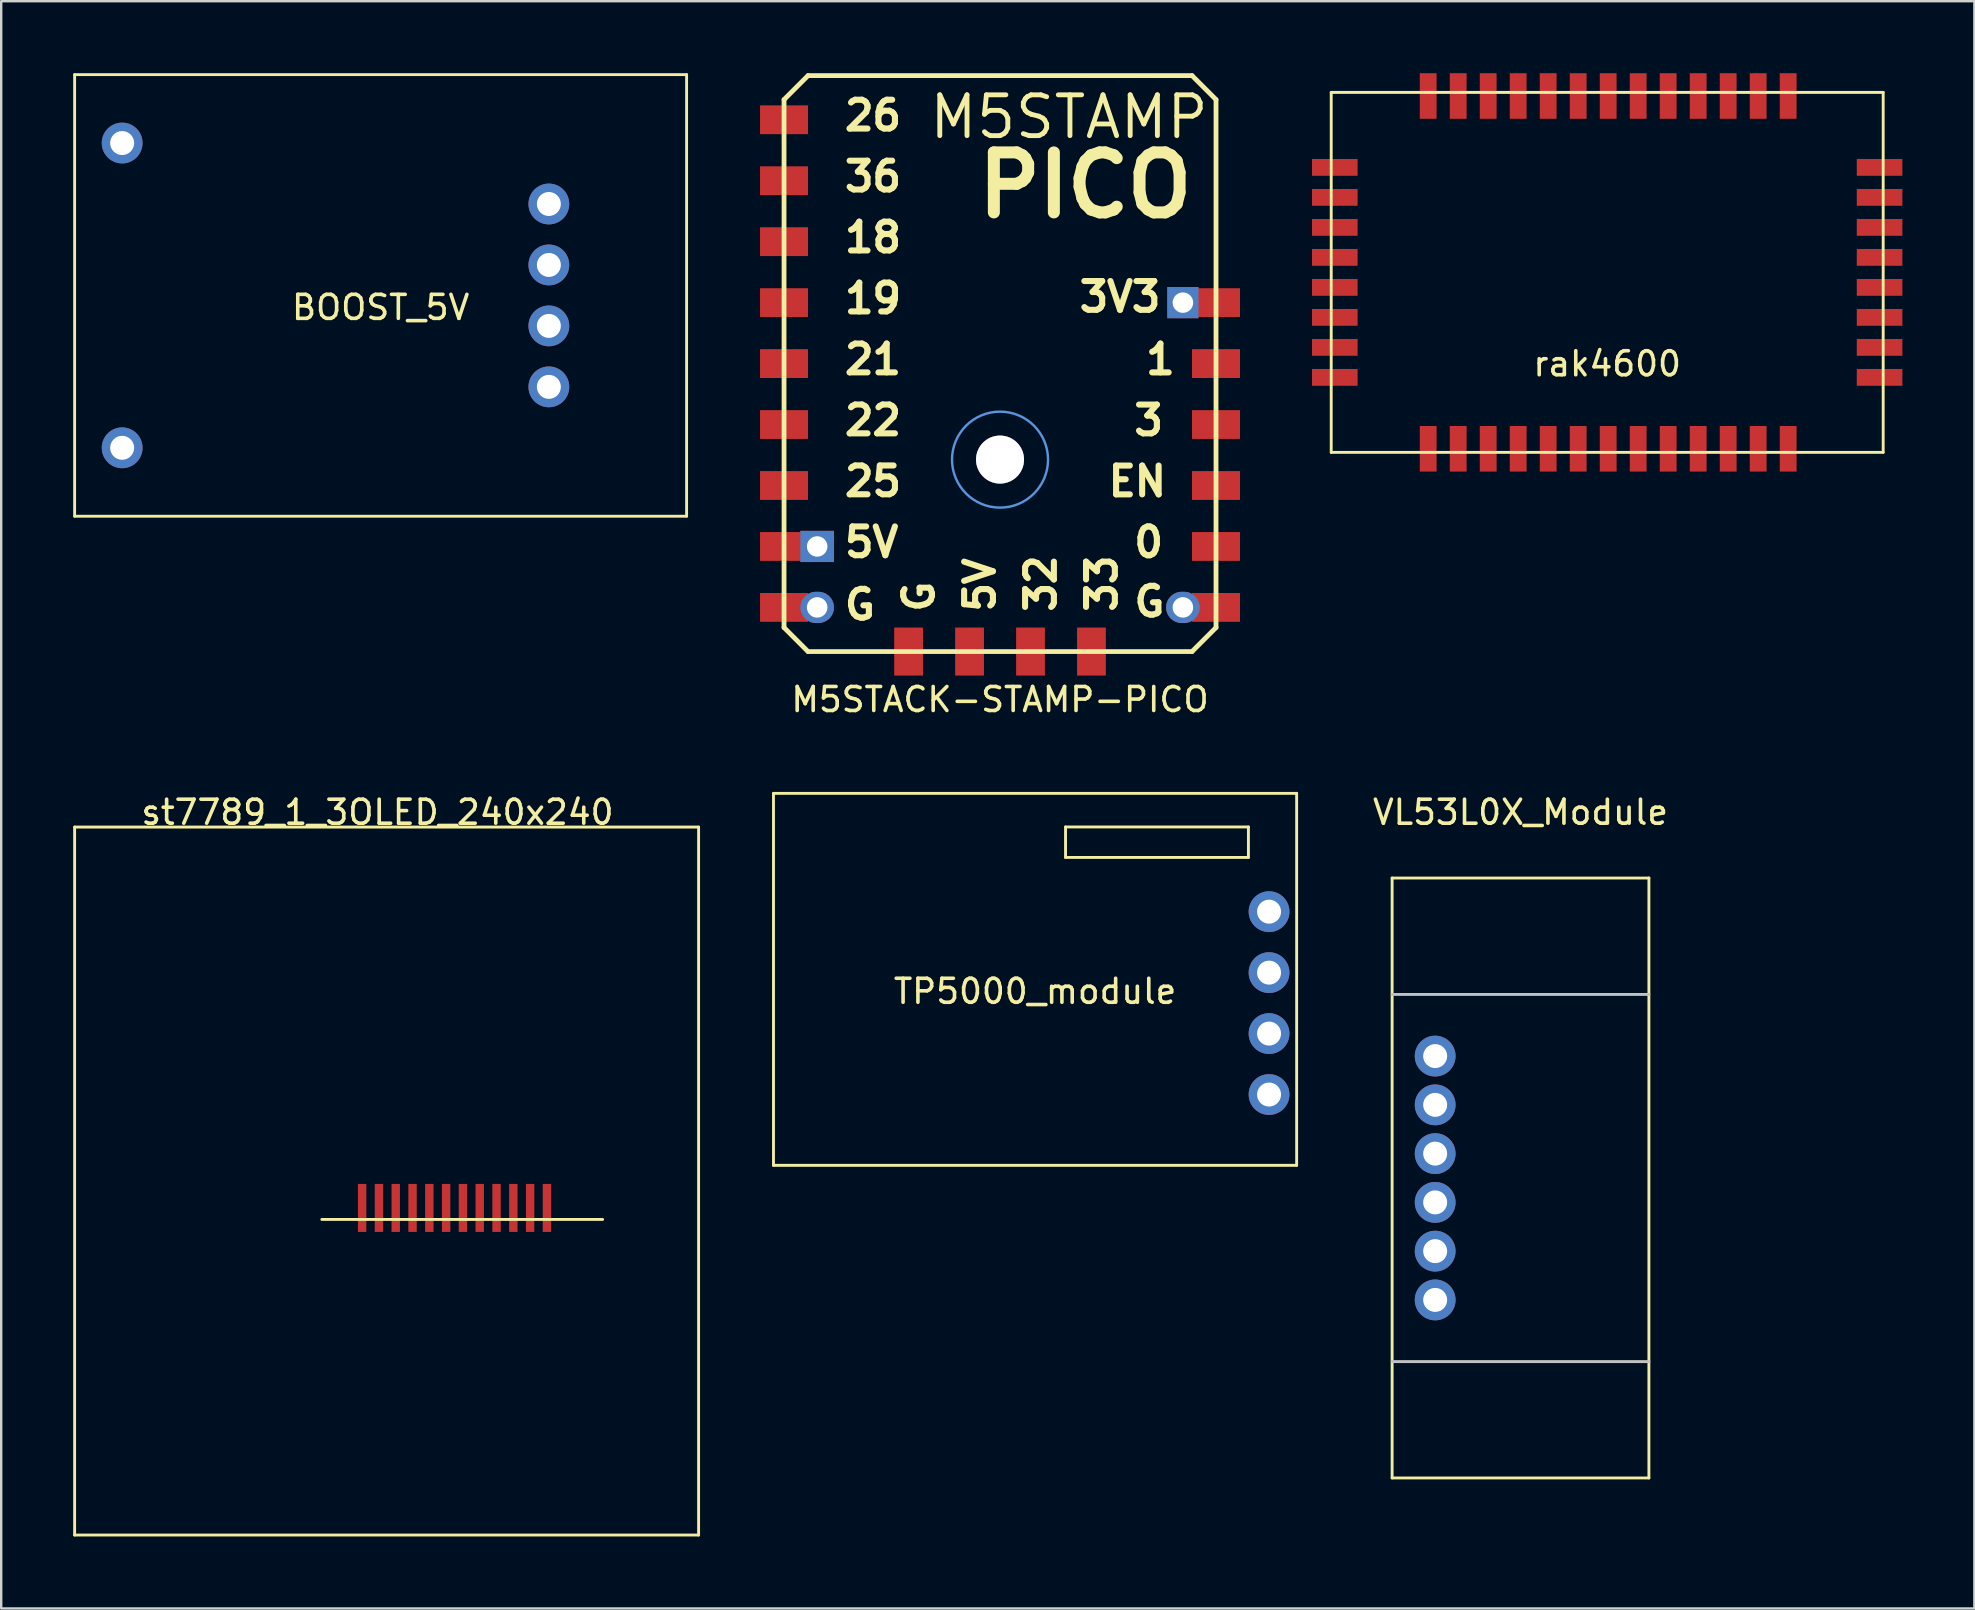
<source format=kicad_pcb>
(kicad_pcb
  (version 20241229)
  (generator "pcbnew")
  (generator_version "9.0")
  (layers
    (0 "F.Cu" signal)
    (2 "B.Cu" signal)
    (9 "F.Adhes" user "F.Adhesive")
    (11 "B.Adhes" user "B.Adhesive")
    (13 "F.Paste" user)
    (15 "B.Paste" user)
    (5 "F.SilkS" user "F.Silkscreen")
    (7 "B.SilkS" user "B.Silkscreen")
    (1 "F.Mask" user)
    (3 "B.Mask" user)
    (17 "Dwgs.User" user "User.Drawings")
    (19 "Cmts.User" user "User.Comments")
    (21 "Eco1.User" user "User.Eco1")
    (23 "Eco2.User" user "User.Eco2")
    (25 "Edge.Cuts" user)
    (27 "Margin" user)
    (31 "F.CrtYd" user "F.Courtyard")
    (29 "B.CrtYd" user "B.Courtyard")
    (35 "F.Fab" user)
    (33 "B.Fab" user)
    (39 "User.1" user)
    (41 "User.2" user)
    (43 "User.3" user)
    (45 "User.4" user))
  (footprint "rak4600"
    (layer "F.Cu")
    (at 63.92 8.3)
    (property "Reference" "rak4600" (at 0 3.81 0) (layer "F.SilkS") (effects (font (size 1 1) (thickness 0.15))))
    (attr through_hole)
    (fp_line (start -11.5 -7.5) (end -11.5 7.5) (stroke (width 0.12) (type solid)) (layer "F.SilkS"))
    (fp_line (start -11.5 -7.5) (end 11.5 -7.5) (stroke (width 0.12) (type solid)) (layer "F.SilkS"))
    (fp_line (start -11.5 7.5) (end 11.5 7.5) (stroke (width 0.12) (type solid)) (layer "F.SilkS"))
    (fp_line (start 11.5 -7.5) (end 11.5 7.5) (stroke (width 0.12) (type solid)) (layer "F.SilkS"))
    (pad "1" smd rect (at -7.459 7.35) (size 0.7 1.9) (layers "F.Cu" "F.Mask" "F.Paste"))
    (pad "2" smd rect (at -6.209 7.35) (size 0.7 1.9) (layers "F.Cu" "F.Mask" "F.Paste"))
    (pad "3" smd rect (at -4.959 7.35) (size 0.7 1.9) (layers "F.Cu" "F.Mask" "F.Paste"))
    (pad "4" smd rect (at -3.709 7.35) (size 0.7 1.9) (layers "F.Cu" "F.Mask" "F.Paste"))
    (pad "5" smd rect (at -2.459 7.35) (size 0.7 1.9) (layers "F.Cu" "F.Mask" "F.Paste"))
    (pad "6" smd rect (at -1.209 7.35) (size 0.7 1.9) (layers "F.Cu" "F.Mask" "F.Paste"))
    (pad "7" smd rect (at 0.041 7.35) (size 0.7 1.9) (layers "F.Cu" "F.Mask" "F.Paste"))
    (pad "8" smd rect (at 1.291 7.35) (size 0.7 1.9) (layers "F.Cu" "F.Mask" "F.Paste"))
    (pad "9" smd rect (at 2.541 7.35) (size 0.7 1.9) (layers "F.Cu" "F.Mask" "F.Paste"))
    (pad "10" smd rect (at 3.791 7.35) (size 0.7 1.9) (layers "F.Cu" "F.Mask" "F.Paste"))
    (pad "11" smd rect (at 5.041 7.35) (size 0.7 1.9) (layers "F.Cu" "F.Mask" "F.Paste"))
    (pad "12" smd rect (at 6.291 7.35) (size 0.7 1.9) (layers "F.Cu" "F.Mask" "F.Paste"))
    (pad "13" smd rect (at 7.541 7.35) (size 0.7 1.9) (layers "F.Cu" "F.Mask" "F.Paste"))
    (pad "14" smd rect (at 11.35 4.375) (size 1.9 0.7) (layers "F.Cu" "F.Mask" "F.Paste"))
    (pad "15" smd rect (at 11.35 3.125) (size 1.9 0.7) (layers "F.Cu" "F.Mask" "F.Paste"))
    (pad "16" smd rect (at 11.35 1.875) (size 1.9 0.7) (layers "F.Cu" "F.Mask" "F.Paste"))
    (pad "17" smd rect (at 11.35 0.625) (size 1.9 0.7) (layers "F.Cu" "F.Mask" "F.Paste"))
    (pad "18" smd rect (at 11.35 -0.625) (size 1.9 0.7) (layers "F.Cu" "F.Mask" "F.Paste"))
    (pad "19" smd rect (at 11.35 -1.875) (size 1.9 0.7) (layers "F.Cu" "F.Mask" "F.Paste"))
    (pad "20" smd rect (at 11.35 -3.125) (size 1.9 0.7) (layers "F.Cu" "F.Mask" "F.Paste"))
    (pad "21" smd rect (at 11.35 -4.375) (size 1.9 0.7) (layers "F.Cu" "F.Mask" "F.Paste"))
    (pad "22" smd rect (at 7.541 -7.35) (size 0.7 1.9) (layers "F.Cu" "F.Mask" "F.Paste"))
    (pad "23" smd rect (at 6.291 -7.35) (size 0.7 1.9) (layers "F.Cu" "F.Mask" "F.Paste"))
    (pad "24" smd rect (at 5.041 -7.35) (size 0.7 1.9) (layers "F.Cu" "F.Mask" "F.Paste"))
    (pad "25" smd rect (at 3.791 -7.35) (size 0.7 1.9) (layers "F.Cu" "F.Mask" "F.Paste"))
    (pad "26" smd rect (at 2.541 -7.35) (size 0.7 1.9) (layers "F.Cu" "F.Mask" "F.Paste"))
    (pad "27" smd rect (at 1.291 -7.35) (size 0.7 1.9) (layers "F.Cu" "F.Mask" "F.Paste"))
    (pad "28" smd rect (at 0.041 -7.35) (size 0.7 1.9) (layers "F.Cu" "F.Mask" "F.Paste"))
    (pad "29" smd rect (at -1.209 -7.35) (size 0.7 1.9) (layers "F.Cu" "F.Mask" "F.Paste"))
    (pad "30" smd rect (at -2.459 -7.35) (size 0.7 1.9) (layers "F.Cu" "F.Mask" "F.Paste"))
    (pad "31" smd rect (at -3.709 -7.35) (size 0.7 1.9) (layers "F.Cu" "F.Mask" "F.Paste"))
    (pad "32" smd rect (at -4.959 -7.35) (size 0.7 1.9) (layers "F.Cu" "F.Mask" "F.Paste"))
    (pad "33" smd rect (at -6.209 -7.35) (size 0.7 1.9) (layers "F.Cu" "F.Mask" "F.Paste"))
    (pad "34" smd rect (at -7.459 -7.35) (size 0.7 1.9) (layers "F.Cu" "F.Mask" "F.Paste"))
    (pad "35" smd rect (at -11.35 -4.375) (size 1.9 0.7) (layers "F.Cu" "F.Mask" "F.Paste"))
    (pad "36" smd rect (at -11.35 -3.125) (size 1.9 0.7) (layers "F.Cu" "F.Mask" "F.Paste"))
    (pad "37" smd rect (at -11.35 -1.875) (size 1.9 0.7) (layers "F.Cu" "F.Mask" "F.Paste"))
    (pad "38" smd rect (at -11.35 -0.625) (size 1.9 0.7) (layers "F.Cu" "F.Mask" "F.Paste"))
    (pad "39" smd rect (at -11.35 0.625) (size 1.9 0.7) (layers "F.Cu" "F.Mask" "F.Paste"))
    (pad "40" smd rect (at -11.35 1.875) (size 1.9 0.7) (layers "F.Cu" "F.Mask" "F.Paste"))
    (pad "41" smd rect (at -11.35 3.125) (size 1.9 0.7) (layers "F.Cu" "F.Mask" "F.Paste"))
    (pad "42" smd rect (at -11.35 4.375) (size 1.9 0.7) (layers "F.Cu" "F.Mask" "F.Paste")))
  (footprint "st7789_1_3OLED_240x240"
    (layer "F.Cu")
    (at 13.06 46.163)
    (property "Reference" "st7789_1_3OLED_240x240" (at -0.381 -15.367 0) (layer "F.SilkS") (effects (font (size 1 1) (thickness 0.15))))
    (attr through_hole)
    (fp_line (start -13 -14.75) (end -13 14.75) (stroke (width 0.12) (type solid)) (layer "F.SilkS"))
    (fp_line (start -13 -14.75) (end 13 -14.75) (stroke (width 0.12) (type solid)) (layer "F.SilkS"))
    (fp_line (start -13 14.75) (end 13 14.75) (stroke (width 0.12) (type solid)) (layer "F.SilkS"))
    (fp_line (start -2.7 1.6) (end 9 1.6) (stroke (width 0.12) (type solid)) (layer "F.SilkS"))
    (fp_line (start 13 -14.75) (end 13 14.75) (stroke (width 0.12) (type solid)) (layer "F.SilkS"))
    (pad "1" smd rect (at 6.68 1.12) (size 0.35 2) (layers "F.Cu" "F.Mask" "F.Paste"))
    (pad "2" smd rect (at 5.98 1.12) (size 0.35 2) (layers "F.Cu" "F.Mask" "F.Paste"))
    (pad "3" smd rect (at 5.28 1.12) (size 0.35 2) (layers "F.Cu" "F.Mask" "F.Paste"))
    (pad "4" smd rect (at 4.58 1.12) (size 0.35 2) (layers "F.Cu" "F.Mask" "F.Paste"))
    (pad "5" smd rect (at 3.88 1.12) (size 0.35 2) (layers "F.Cu" "F.Mask" "F.Paste"))
    (pad "6" smd rect (at 3.18 1.12) (size 0.35 2) (layers "F.Cu" "F.Mask" "F.Paste"))
    (pad "7" smd rect (at 2.48 1.12) (size 0.35 2) (layers "F.Cu" "F.Mask" "F.Paste"))
    (pad "8" smd rect (at 1.78 1.12) (size 0.35 2) (layers "F.Cu" "F.Mask" "F.Paste"))
    (pad "9" smd rect (at 1.08 1.12) (size 0.35 2) (layers "F.Cu" "F.Mask" "F.Paste"))
    (pad "10" smd rect (at 0.38 1.12) (size 0.35 2) (layers "F.Cu" "F.Mask" "F.Paste"))
    (pad "11" smd rect (at -0.32 1.12) (size 0.35 2) (layers "F.Cu" "F.Mask" "F.Paste"))
    (pad "12" smd rect (at -1.02 1.12) (size 0.35 2) (layers "F.Cu" "F.Mask" "F.Paste")))
  (footprint "VL53L0X_Module"
    (layer "F.Cu")
    (at 60.308 46.036)
    (property "Reference" "VL53L0X_Module" (at 0 -15.24 0) (unlocked yes) (layer "F.SilkS") (effects (font (size 1 1) (thickness 0.15))))
    (attr smd)
    (fp_line (start -5.35 -12.5) (end 5.35 -12.5) (stroke (width 0.12) (type solid)) (layer "F.SilkS"))
    (fp_line (start -5.35 12.5) (end -5.35 -12.5) (stroke (width 0.12) (type solid)) (layer "F.SilkS"))
    (fp_line (start 5.35 -12.5) (end 5.35 12.5) (stroke (width 0.12) (type solid)) (layer "F.SilkS"))
    (fp_line (start 5.35 12.5) (end -5.35 12.5) (stroke (width 0.12) (type solid)) (layer "F.SilkS"))
    (fp_line (start -5.35 -7.65) (end 5.35 -7.65) (stroke (width 0.12) (type solid)) (layer "Dwgs.User"))
    (fp_line (start -5.35 7.65) (end 5.35 7.65) (stroke (width 0.12) (type solid)) (layer "Dwgs.User"))
    (pad "1" thru_hole circle (at -3.556 -5.08) (size 1.7 1.7) (drill 1) (layers "*.Cu" "*.Mask"))
    (pad "2" thru_hole circle (at -3.556 -3.048) (size 1.7 1.7) (drill 1) (layers "*.Cu" "*.Mask"))
    (pad "3" thru_hole circle (at -3.556 -1.016) (size 1.7 1.7) (drill 1) (layers "*.Cu" "*.Mask"))
    (pad "4" thru_hole circle (at -3.556 1.016) (size 1.7 1.7) (drill 1) (layers "*.Cu" "*.Mask"))
    (pad "5" thru_hole circle (at -3.556 3.048) (size 1.7 1.7) (drill 1) (layers "*.Cu" "*.Mask"))
    (pad "6" thru_hole circle (at -3.556 5.08) (size 1.7 1.7) (drill 1) (layers "*.Cu" "*.Mask")))
  (footprint "TP5000_module"
    (layer "F.Cu")
    (at 40.08 37.758)
    (property "Reference" "TP5000_module" (at 0 0.5 0) (layer "F.SilkS") (effects (font (size 1 1) (thickness 0.15))))
    (attr through_hole)
    (fp_line (start -10.9 -7.75) (end -10.9 7.75) (stroke (width 0.12) (type solid)) (layer "F.SilkS"))
    (fp_line (start -10.9 -7.75) (end 10.9 -7.75) (stroke (width 0.12) (type solid)) (layer "F.SilkS"))
    (fp_line (start -10.9 7.75) (end 10.9 7.75) (stroke (width 0.12) (type solid)) (layer "F.SilkS"))
    (fp_line (start 1.27 -6.35) (end 8.89 -6.35) (stroke (width 0.12) (type solid)) (layer "F.SilkS"))
    (fp_line (start 1.27 -5.08) (end 1.27 -6.35) (stroke (width 0.12) (type solid)) (layer "F.SilkS"))
    (fp_line (start 8.89 -6.35) (end 8.89 -5.08) (stroke (width 0.12) (type solid)) (layer "F.SilkS"))
    (fp_line (start 8.89 -5.08) (end 1.27 -5.08) (stroke (width 0.12) (type solid)) (layer "F.SilkS"))
    (fp_line (start 10.9 -7.75) (end 10.9 7.75) (stroke (width 0.12) (type solid)) (layer "F.SilkS"))
    (pad "1" thru_hole circle (at 9.75 -2.82) (size 1.7 1.7) (drill 1) (layers "*.Cu" "*.Mask"))
    (pad "2" thru_hole circle (at 9.75 -0.28) (size 1.7 1.7) (drill 1) (layers "*.Cu" "*.Mask"))
    (pad "3" thru_hole circle (at 9.75 2.26) (size 1.7 1.7) (drill 1) (layers "*.Cu" "*.Mask"))
    (pad "4" thru_hole circle (at 9.75 4.8) (size 1.7 1.7) (drill 1) (layers "*.Cu" "*.Mask")))
  (footprint "BOOST_5V"
    (layer "F.Cu")
    (at 12.81 9.26)
    (property "Reference" "BOOST_5V" (at 0 0.5 0) (layer "F.SilkS") (effects (font (size 1 1) (thickness 0.15))))
    (attr through_hole)
    (fp_line (start -12.75 -9.2) (end -12.75 9.2) (stroke (width 0.12) (type solid)) (layer "F.SilkS"))
    (fp_line (start -12.75 -9.2) (end 12.75 -9.2) (stroke (width 0.12) (type solid)) (layer "F.SilkS"))
    (fp_line (start -12.75 9.2) (end 12.75 9.2) (stroke (width 0.12) (type solid)) (layer "F.SilkS"))
    (fp_line (start 12.75 -9.2) (end 12.75 9.2) (stroke (width 0.12) (type solid)) (layer "F.SilkS"))
    (pad "1" thru_hole circle (at -10.77 -6.35) (size 1.7 1.7) (drill 1) (layers "*.Cu" "*.Mask"))
    (pad "2" thru_hole circle (at -10.77 6.35) (size 1.7 1.7) (drill 1) (layers "*.Cu" "*.Mask"))
    (pad "3" thru_hole circle (at 7.01 3.81) (size 1.7 1.7) (drill 1) (layers "*.Cu" "*.Mask"))
    (pad "4" thru_hole circle (at 7.01 1.27) (size 1.7 1.7) (drill 1) (layers "*.Cu" "*.Mask"))
    (pad "5" thru_hole circle (at 7.01 -1.27) (size 1.7 1.7) (drill 1) (layers "*.Cu" "*.Mask"))
    (pad "6" thru_hole circle (at 7.01 -3.81) (size 1.7 1.7) (drill 1) (layers "*.Cu" "*.Mask")))
  (footprint "M5STACK-STAMP-PICO"
    (layer "F.Cu")
    (at 38.62 16.1)
    (property "Reference" "M5STACK-STAMP-PICO" (at 0 10 0) (layer "F.SilkS") (effects (font (size 1 1) (thickness 0.15))))
    (attr through_hole)
    (fp_line (start -9 -15) (end -8 -16) (stroke (width 0.2) (type solid)) (layer "F.SilkS"))
    (fp_line (start -9 7) (end -9 -15) (stroke (width 0.2) (type solid)) (layer "F.SilkS"))
    (fp_line (start -8 -16) (end 8 -16) (stroke (width 0.2) (type solid)) (layer "F.SilkS"))
    (fp_line (start -8 8) (end -9 7) (stroke (width 0.2) (type solid)) (layer "F.SilkS"))
    (fp_line (start 8 -16) (end 9 -15) (stroke (width 0.2) (type solid)) (layer "F.SilkS"))
    (fp_line (start 8 8) (end -8 8) (stroke (width 0.2) (type solid)) (layer "F.SilkS"))
    (fp_line (start 9 -15) (end 9 7) (stroke (width 0.2) (type solid)) (layer "F.SilkS"))
    (fp_line (start 9 7) (end 8 8) (stroke (width 0.2) (type solid)) (layer "F.SilkS"))
    (fp_arc (start 1.99992 0.004902) (mid -2.000082 0.002451) (end 1.99992 0) (stroke (width 0.1) (type solid)) (layer "Cmts.User"))
    (fp_text user "33" (at 4.242 6.477 90) (layer "F.SilkS") (effects (font (size 1.2 1.2) (thickness 0.254)) (justify left)))
    (fp_text user "G" (at -6.604 6.045 0) (layer "F.SilkS") (effects (font (size 1.2 1.2) (thickness 0.254)) (justify left)))
    (fp_text user "0" (at 5.454 3.445 0) (layer "F.SilkS") (effects (font (size 1.2 1.2) (thickness 0.254)) (justify left)))
    (fp_text user "G" (at -3.378 6.477 90) (layer "F.SilkS") (effects (font (size 1.2 1.2) (thickness 0.254)) (justify left)))
    (fp_text user "26" (at -6.604 -14.336 0) (layer "F.SilkS") (effects (font (size 1.2 1.2) (thickness 0.254)) (justify left)))
    (fp_text user "36" (at -6.604 -11.796 0) (layer "F.SilkS") (effects (font (size 1.2 1.2) (thickness 0.254)) (justify left)))
    (fp_text user "PICO" (at -1.181 -11.43 0) (layer "F.SilkS") (effects (font (size 2.5 2.5) (thickness 0.5)) (justify left)))
    (fp_text user "22" (at -6.604 -1.636 0) (layer "F.SilkS") (effects (font (size 1.2 1.2) (thickness 0.254)) (justify left)))
    (fp_text user "3V3" (at 3.175 -6.782 0) (layer "F.SilkS") (effects (font (size 1.2 1.2) (thickness 0.254)) (justify left)))
    (fp_text user "32" (at 1.702 6.477 90) (layer "F.SilkS") (effects (font (size 1.2 1.2) (thickness 0.254)) (justify left)))
    (fp_text user "5V" (at -6.604 3.444 0) (layer "F.SilkS") (effects (font (size 1.2 1.2) (thickness 0.254)) (justify left)))
    (fp_text user "EN" (at 4.384 0.907 0) (layer "F.SilkS") (effects (font (size 1.2 1.2) (thickness 0.254)) (justify left)))
    (fp_text user "1" (at 5.944 -4.175 0) (layer "F.SilkS") (effects (font (size 1.2 1.2) (thickness 0.254)) (justify left)))
    (fp_text user "18" (at -6.604 -9.256 0) (layer "F.SilkS") (effects (font (size 1.2 1.2) (thickness 0.254)) (justify left)))
    (fp_text user "25" (at -6.604 0.904 0) (layer "F.SilkS") (effects (font (size 1.2 1.2) (thickness 0.254)) (justify left)))
    (fp_text user "M5STAMP" (at -3.048 -14.275 0) (layer "F.SilkS") (effects (font (size 1.7 1.7) (thickness 0.203)) (justify left)))
    (fp_text user "21" (at -6.604 -4.176 0) (layer "F.SilkS") (effects (font (size 1.2 1.2) (thickness 0.254)) (justify left)))
    (fp_text user "19" (at -6.604 -6.716 0) (layer "F.SilkS") (effects (font (size 1.2 1.2) (thickness 0.254)) (justify left)))
    (fp_text user "3" (at 5.454 -1.634 0) (layer "F.SilkS") (effects (font (size 1.2 1.2) (thickness 0.254)) (justify left)))
    (fp_text user "G" (at 5.461 5.918 0) (layer "F.SilkS") (effects (font (size 1.2 1.2) (thickness 0.254)) (justify left)))
    (fp_text user "5V" (at -0.838 6.477 90) (layer "F.SilkS") (effects (font (size 1.2 1.2) (thickness 0.254)) (justify left)))
    (pad "0" thru_hole circle (at -0.000076 -0.000025 90) (size 2 2) (drill oval 2.005 2) (layers "*.Cu" "*.Mask"))
    (pad "1" smd rect (at -9 -14.16) (size 2 1.2) (layers "F.Cu" "F.Mask" "F.Paste"))
    (pad "2" smd rect (at -9 -11.62) (size 2 1.2) (layers "F.Cu" "F.Mask" "F.Paste"))
    (pad "3" smd rect (at -9 -9.08) (size 2 1.2) (layers "F.Cu" "F.Mask" "F.Paste"))
    (pad "4" smd rect (at -9 -6.54) (size 2 1.2) (layers "F.Cu" "F.Mask" "F.Paste"))
    (pad "5" smd rect (at -9 -4) (size 2 1.2) (layers "F.Cu" "F.Mask" "F.Paste"))
    (pad "6" smd rect (at -9 -1.46) (size 2 1.2) (layers "F.Cu" "F.Mask" "F.Paste"))
    (pad "7" smd rect (at -9 1.08) (size 2 1.2) (layers "F.Cu" "F.Mask" "F.Paste"))
    (pad "8" smd rect (at -9 3.62) (size 2 1.2) (layers "F.Cu" "F.Mask" "F.Paste"))
    (pad "8" thru_hole rect (at -7.62 3.62) (size 1.4 1.3) (drill oval 0.855 0.85) (layers "*.Cu" "*.Mask"))
    (pad "9" smd rect (at -9 6.16) (size 2 1.2) (layers "F.Cu" "F.Mask" "F.Paste"))
    (pad "9" thru_hole oval (at -7.62 6.16) (size 1.4 1.3) (drill oval 0.855 0.85) (layers "*.Cu" "*.Mask"))
    (pad "10" smd rect (at -3.81 8 90) (size 2 1.2) (layers "F.Cu" "F.Mask" "F.Paste"))
    (pad "11" smd rect (at -1.27 8 90) (size 2 1.2) (layers "F.Cu" "F.Mask" "F.Paste"))
    (pad "12" smd rect (at 1.27 8 90) (size 2 1.2) (layers "F.Cu" "F.Mask" "F.Paste"))
    (pad "13" smd rect (at 3.81 8 90) (size 2 1.2) (layers "F.Cu" "F.Mask" "F.Paste"))
    (pad "14" thru_hole oval (at 7.62 6.16 180) (size 1.4 1.3) (drill oval 0.855 0.85) (layers "*.Cu" "*.Mask"))
    (pad "14" smd rect (at 9 6.16 180) (size 2 1.2) (layers "F.Cu" "F.Mask" "F.Paste"))
    (pad "15" smd rect (at 9 3.62 180) (size 2 1.2) (layers "F.Cu" "F.Mask" "F.Paste"))
    (pad "16" smd rect (at 9 1.08 180) (size 2 1.2) (layers "F.Cu" "F.Mask" "F.Paste"))
    (pad "17" smd rect (at 9 -1.46 180) (size 2 1.2) (layers "F.Cu" "F.Mask" "F.Paste"))
    (pad "18" smd rect (at 9 -4 180) (size 2 1.2) (layers "F.Cu" "F.Mask" "F.Paste"))
    (pad "19" thru_hole rect (at 7.62 -6.54 180) (size 1.3 1.3) (drill oval 0.855 0.85) (layers "*.Cu" "*.Mask"))
    (pad "19" smd rect (at 9 -6.54 180) (size 2 1.2) (layers "F.Cu" "F.Mask" "F.Paste")))
  (gr_rect
    (start -3 -3)
    (end 79.22 63.973)
    (stroke (width 0.1) (type default))
    (fill no)
    (layer "Edge.Cuts")))
</source>
